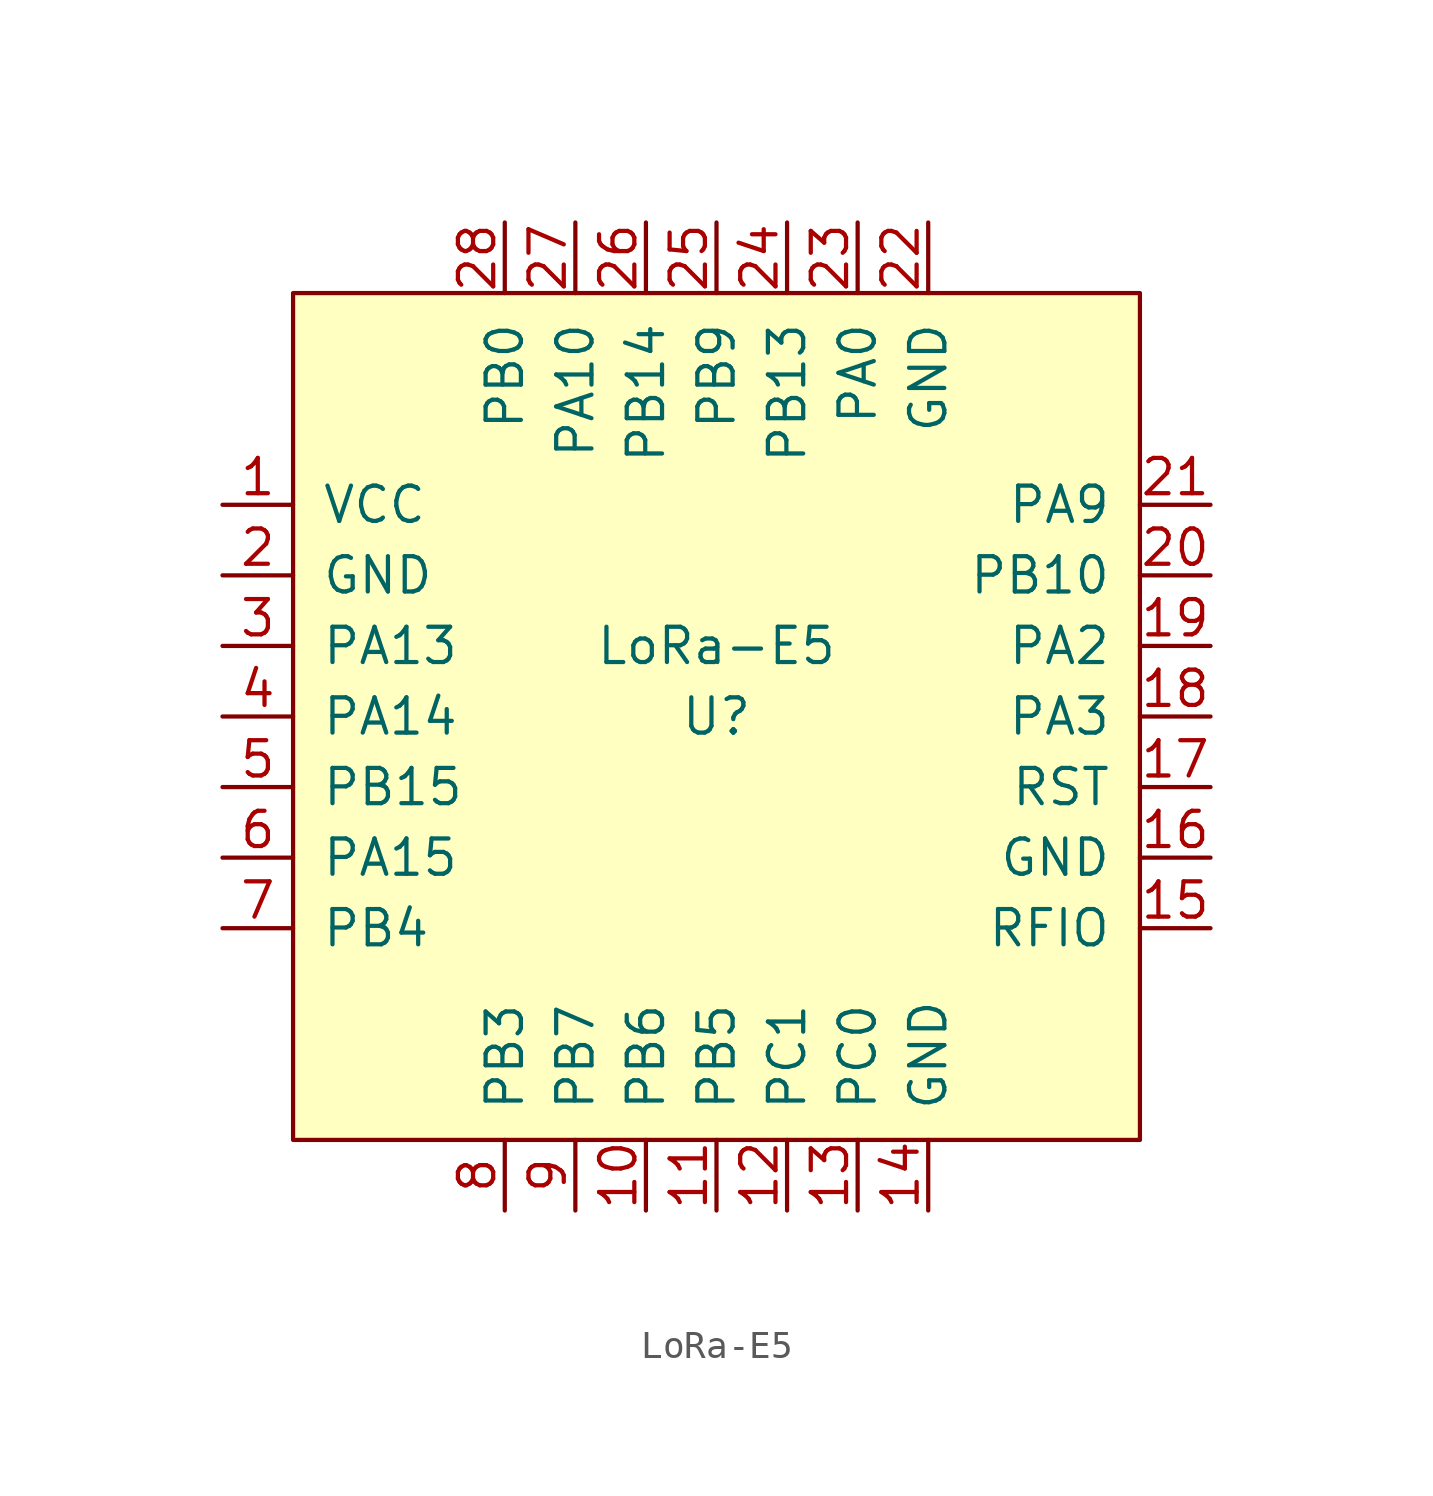
<source format=kicad_sym>
(kicad_symbol_lib
  (version 20241209)
  (generator "kicad_symbol_editor")
  (generator_version "9.0")
  (symbol "LoRa-E5"
    (pin_names
      (offset 1.016))
    (property "Reference" "U"
      (at 0 0 0)
      (effects (font (size 1.27 1.27))))
    (property "Value" "LoRa-E5"
      (at 0 2.54 0)
      (effects (font (size 1.27 1.27))))
    (symbol "LoRa-E5_0_1"
      (rectangle (start -15.24 15.24) (end 15.24 -15.24) (stroke (width 0) (type solid)) (fill (type background))))
    (symbol "LoRa-E5_1_1"
      (pin input line (at -17.78 7.62 0) (length 2.54) (name "VCC" (effects (font (size 1.27 1.27)))) (number "1" (effects (font (size 1.27 1.27)))))
      (pin input line (at -17.78 5.08 0) (length 2.54) (name "GND" (effects (font (size 1.27 1.27)))) (number "2" (effects (font (size 1.27 1.27)))))
      (pin input line (at -17.78 2.54 0) (length 2.54) (name "PA13" (effects (font (size 1.27 1.27)))) (number "3" (effects (font (size 1.27 1.27)))))
      (pin input line (at -17.78 0 0) (length 2.54) (name "PA14" (effects (font (size 1.27 1.27)))) (number "4" (effects (font (size 1.27 1.27)))))
      (pin input line (at -17.78 -2.54 0) (length 2.54) (name "PB15" (effects (font (size 1.27 1.27)))) (number "5" (effects (font (size 1.27 1.27)))))
      (pin input line (at -17.78 -5.08 0) (length 2.54) (name "PA15" (effects (font (size 1.27 1.27)))) (number "6" (effects (font (size 1.27 1.27)))))
      (pin input line (at -17.78 -7.62 0) (length 2.54) (name "PB4" (effects (font (size 1.27 1.27)))) (number "7" (effects (font (size 1.27 1.27)))))
      (pin input line (at -7.62 17.78 270) (length 2.54) (name "PB0" (effects (font (size 1.27 1.27)))) (number "28" (effects (font (size 1.27 1.27)))))
      (pin input line (at -7.62 -17.78 90) (length 2.54) (name "PB3" (effects (font (size 1.27 1.27)))) (number "8" (effects (font (size 1.27 1.27)))))
      (pin input line (at -5.08 17.78 270) (length 2.54) (name "PA10" (effects (font (size 1.27 1.27)))) (number "27" (effects (font (size 1.27 1.27)))))
      (pin input line (at -5.08 -17.78 90) (length 2.54) (name "PB7" (effects (font (size 1.27 1.27)))) (number "9" (effects (font (size 1.27 1.27)))))
      (pin input line (at -2.54 17.78 270) (length 2.54) (name "PB14" (effects (font (size 1.27 1.27)))) (number "26" (effects (font (size 1.27 1.27)))))
      (pin input line (at -2.54 -17.78 90) (length 2.54) (name "PB6" (effects (font (size 1.27 1.27)))) (number "10" (effects (font (size 1.27 1.27)))))
      (pin input line (at 0 17.78 270) (length 2.54) (name "PB9" (effects (font (size 1.27 1.27)))) (number "25" (effects (font (size 1.27 1.27)))))
      (pin input line (at 0 -17.78 90) (length 2.54) (name "PB5" (effects (font (size 1.27 1.27)))) (number "11" (effects (font (size 1.27 1.27)))))
      (pin input line (at 2.54 17.78 270) (length 2.54) (name "PB13~{}" (effects (font (size 1.27 1.27)))) (number "24" (effects (font (size 1.27 1.27)))))
      (pin input line (at 2.54 -17.78 90) (length 2.54) (name "PC1" (effects (font (size 1.27 1.27)))) (number "12" (effects (font (size 1.27 1.27)))))
      (pin input line (at 5.08 17.78 270) (length 2.54) (name "PA0" (effects (font (size 1.27 1.27)))) (number "23" (effects (font (size 1.27 1.27)))))
      (pin input line (at 5.08 -17.78 90) (length 2.54) (name "PC0" (effects (font (size 1.27 1.27)))) (number "13" (effects (font (size 1.27 1.27)))))
      (pin input line (at 7.62 17.78 270) (length 2.54) (name "GND" (effects (font (size 1.27 1.27)))) (number "22" (effects (font (size 1.27 1.27)))))
      (pin input line (at 7.62 -17.78 90) (length 2.54) (name "GND" (effects (font (size 1.27 1.27)))) (number "14" (effects (font (size 1.27 1.27)))))
      (pin input line (at 17.78 7.62 180) (length 2.54) (name "PA9" (effects (font (size 1.27 1.27)))) (number "21" (effects (font (size 1.27 1.27)))))
      (pin input line (at 17.78 5.08 180) (length 2.54) (name "PB10" (effects (font (size 1.27 1.27)))) (number "20" (effects (font (size 1.27 1.27)))))
      (pin input line (at 17.78 2.54 180) (length 2.54) (name "PA2" (effects (font (size 1.27 1.27)))) (number "19" (effects (font (size 1.27 1.27)))))
      (pin input line (at 17.78 0 180) (length 2.54) (name "PA3" (effects (font (size 1.27 1.27)))) (number "18" (effects (font (size 1.27 1.27)))))
      (pin input line (at 17.78 -2.54 180) (length 2.54) (name "RST" (effects (font (size 1.27 1.27)))) (number "17" (effects (font (size 1.27 1.27)))))
      (pin input line (at 17.78 -5.08 180) (length 2.54) (name "GND" (effects (font (size 1.27 1.27)))) (number "16" (effects (font (size 1.27 1.27)))))
      (pin input line (at 17.78 -7.62 180) (length 2.54) (name "RFIO" (effects (font (size 1.27 1.27)))) (number "15" (effects (font (size 1.27 1.27))))))))
</source>
